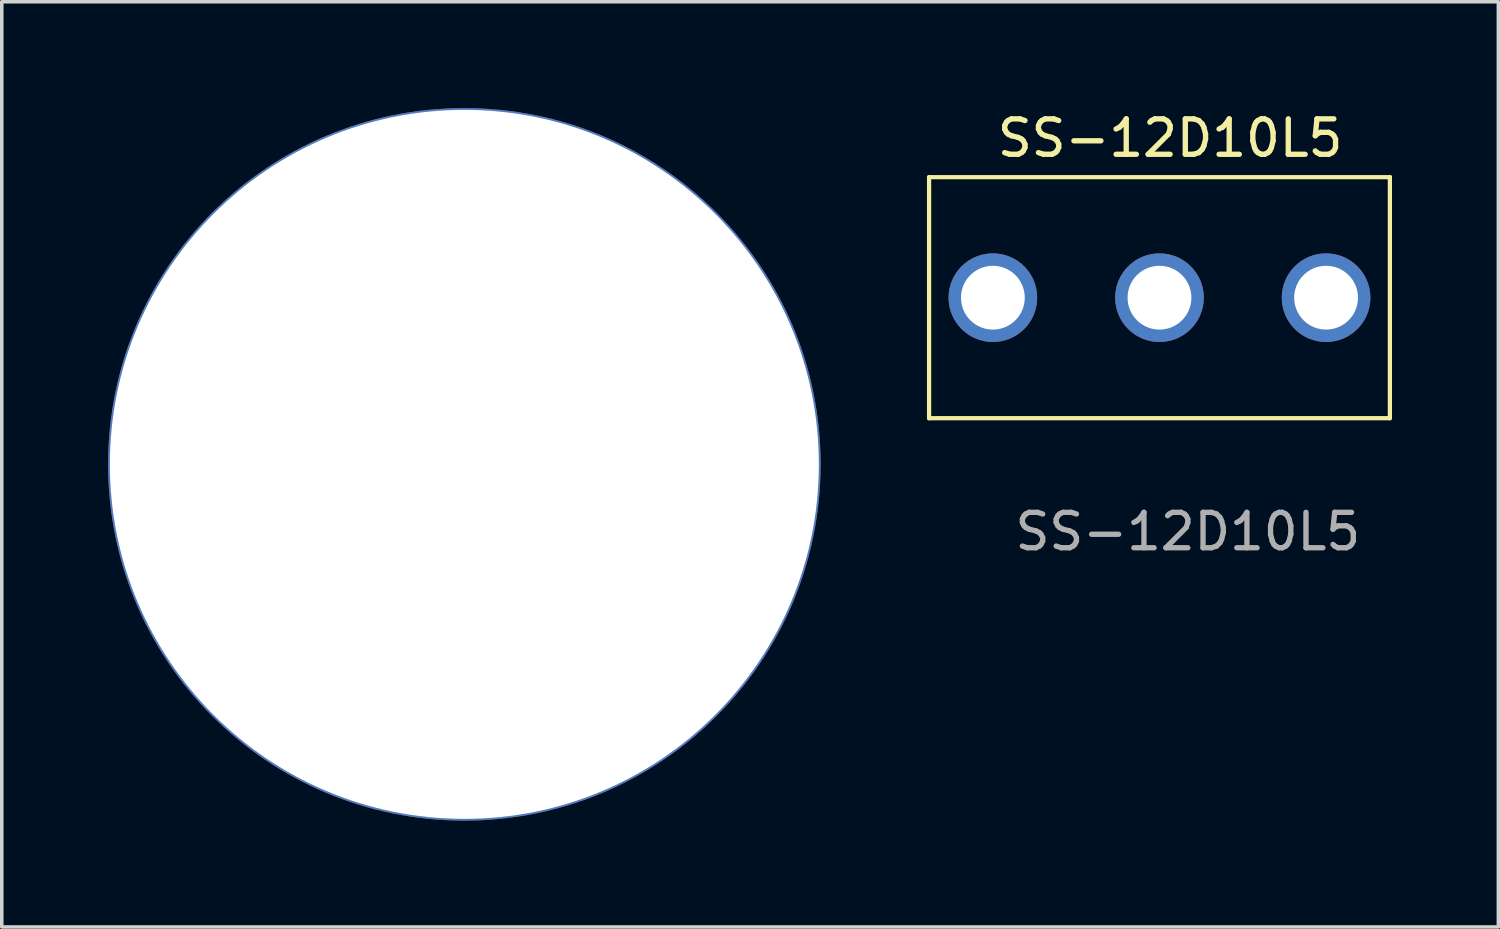
<source format=kicad_pcb>
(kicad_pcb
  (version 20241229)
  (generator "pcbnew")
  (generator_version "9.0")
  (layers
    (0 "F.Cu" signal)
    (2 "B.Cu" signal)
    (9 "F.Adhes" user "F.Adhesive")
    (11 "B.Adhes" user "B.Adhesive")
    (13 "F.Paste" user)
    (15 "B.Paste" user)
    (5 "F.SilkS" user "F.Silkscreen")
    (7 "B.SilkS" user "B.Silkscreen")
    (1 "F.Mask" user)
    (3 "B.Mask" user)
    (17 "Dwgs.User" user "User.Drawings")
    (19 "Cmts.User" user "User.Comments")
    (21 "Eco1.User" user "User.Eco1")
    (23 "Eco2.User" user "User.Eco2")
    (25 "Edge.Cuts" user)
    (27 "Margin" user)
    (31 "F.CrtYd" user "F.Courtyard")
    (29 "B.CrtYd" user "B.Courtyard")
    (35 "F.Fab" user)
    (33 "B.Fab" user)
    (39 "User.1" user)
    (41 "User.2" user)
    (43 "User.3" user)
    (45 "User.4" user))
  (footprint "SS-12D10L5"
    (layer "F.Cu")
    (at 29.66 5.348)
    (property "Reference" "SS-12D10L5" (at 0.3 -4.5 0) (unlocked yes) (layer "F.SilkS") (effects (font (size 1 1) (thickness 0.15))))
    (attr smd)
    (fp_line (start -6.5 -3.4) (end -6.5 3.4) (stroke (width 0.12) (type solid)) (layer "F.SilkS"))
    (fp_line (start -6.5 -3.4) (end 6.5 -3.4) (stroke (width 0.12) (type solid)) (layer "F.SilkS"))
    (fp_line (start -6.5 3.4) (end 6.5 3.4) (stroke (width 0.12) (type solid)) (layer "F.SilkS"))
    (fp_line (start 6.5 -3.4) (end 6.5 3.4) (stroke (width 0.12) (type solid)) (layer "F.SilkS"))
    (fp_text user "${REFERENCE}" (at 0.8 6.6 0) (unlocked yes) (layer "F.Fab") (effects (font (size 1 1) (thickness 0.15))))
    (pad "1" thru_hole circle (at -4.7 0) (size 2.5 2.5) (drill 1.8) (layers "*.Cu" "*.Mask"))
    (pad "2" thru_hole circle (at 0 0) (size 2.5 2.5) (drill 1.8) (layers "*.Cu" "*.Mask"))
    (pad "3" thru_hole circle (at 4.7 0) (size 2.5 2.5) (drill 1.8) (layers "*.Cu" "*.Mask")))
  (footprint "20mm hole"
    (layer "F.Cu")
    (at 10.05 10.05)
    (property "Reference" "20mm hole" (at 0 -0.5 0) (unlocked yes) (layer "F.SilkS") (effects (font (size 1 1) (thickness 0.15))))
    (attr through_hole)
    (fp_text user "${REFERENCE}" (at 0 2.5 0) (unlocked yes) (layer "F.Fab") (effects (font (size 1 1) (thickness 0.15))))
    (pad "1" thru_hole circle (at 0 0) (size 20.1 20.1) (drill 20) (layers "*.Cu" "*.Mask")))
  (gr_rect
    (start -3 -3)
    (end 39.22 23.1)
    (stroke (width 0.1) (type default))
    (fill no)
    (layer "Edge.Cuts")))
</source>
